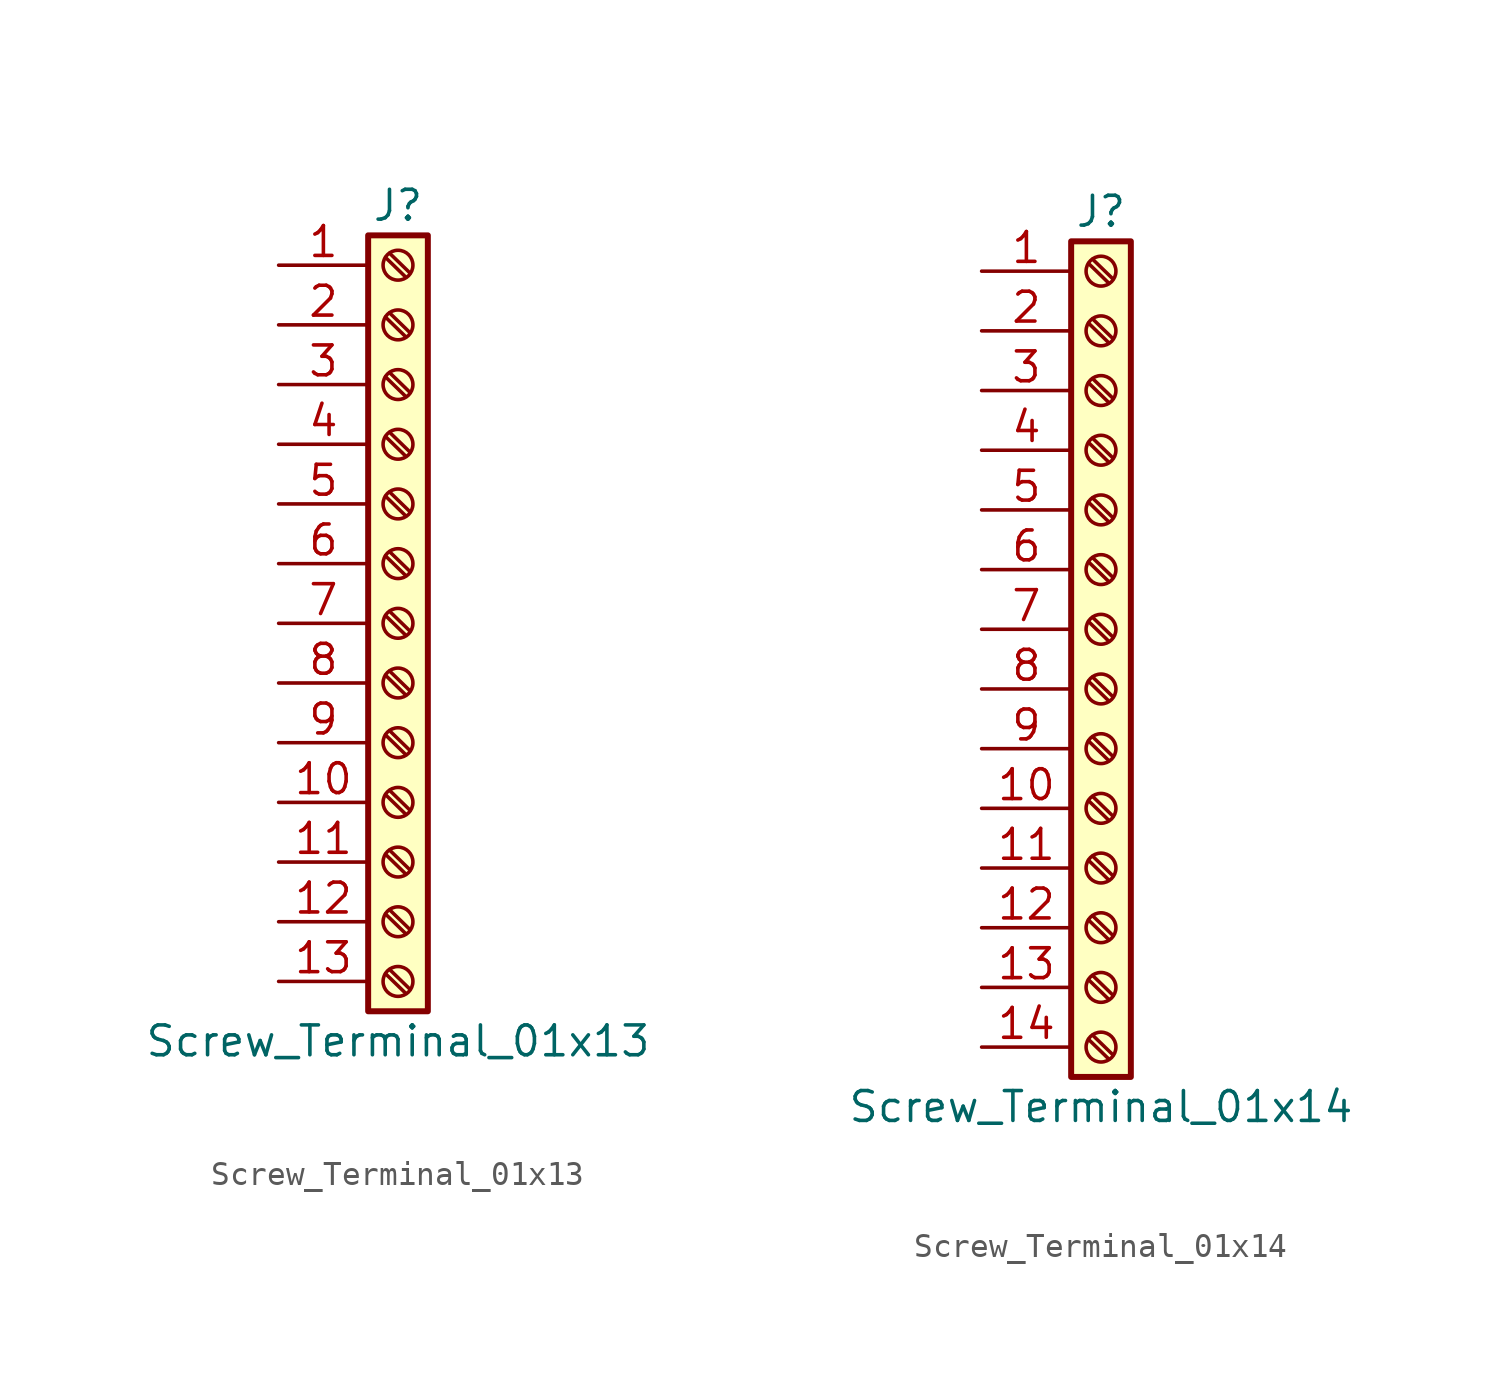
<source format=kicad_sym>
(kicad_symbol_lib
  (version 20220914)
  (generator kicad_symbol_editor)
  (symbol "Screw_Terminal_01x13"
    (pin_names
      (offset 1.016) hide)
    (property "Reference" "J"
      (at 0 17.78 0)
      (effects (font (size 1.27 1.27))))
    (property "Value" "Screw_Terminal_01x13"
      (at 0 -17.78 0)
      (effects (font (size 1.27 1.27))))
    (symbol "Screw_Terminal_01x13_1_1"
      (rectangle (start -1.27 16.51) (end 1.27 -16.51) (stroke (width 0.254) (type solid)) (fill (type background)))
      (circle (center 0 -15.24) (radius 0.635) (stroke (width 0.152) (type solid)) (fill (type none)))
      (circle (center 0 -12.7) (radius 0.635) (stroke (width 0.152) (type solid)) (fill (type none)))
      (circle (center 0 -10.16) (radius 0.635) (stroke (width 0.152) (type solid)) (fill (type none)))
      (circle (center 0 -7.62) (radius 0.635) (stroke (width 0.152) (type solid)) (fill (type none)))
      (circle (center 0 -5.08) (radius 0.635) (stroke (width 0.152) (type solid)) (fill (type none)))
      (circle (center 0 -2.54) (radius 0.635) (stroke (width 0.152) (type solid)) (fill (type none)))
      (polyline (pts (xy -0.533 -14.91) (xy 0.33 -15.748)) (stroke (width 0.152) (type solid)) (fill (type none)))
      (polyline (pts (xy -0.533 -12.37) (xy 0.33 -13.208)) (stroke (width 0.152) (type solid)) (fill (type none)))
      (polyline (pts (xy -0.533 -9.83) (xy 0.33 -10.668)) (stroke (width 0.152) (type solid)) (fill (type none)))
      (polyline (pts (xy -0.533 -7.29) (xy 0.33 -8.128)) (stroke (width 0.152) (type solid)) (fill (type none)))
      (polyline (pts (xy -0.533 -4.75) (xy 0.33 -5.588)) (stroke (width 0.152) (type solid)) (fill (type none)))
      (polyline (pts (xy -0.533 -2.21) (xy 0.33 -3.048)) (stroke (width 0.152) (type solid)) (fill (type none)))
      (polyline (pts (xy -0.533 0.33) (xy 0.33 -0.508)) (stroke (width 0.152) (type solid)) (fill (type none)))
      (polyline (pts (xy -0.533 2.87) (xy 0.33 2.032)) (stroke (width 0.152) (type solid)) (fill (type none)))
      (polyline (pts (xy -0.533 5.41) (xy 0.33 4.572)) (stroke (width 0.152) (type solid)) (fill (type none)))
      (polyline (pts (xy -0.533 7.95) (xy 0.33 7.112)) (stroke (width 0.152) (type solid)) (fill (type none)))
      (polyline (pts (xy -0.533 10.49) (xy 0.33 9.652)) (stroke (width 0.152) (type solid)) (fill (type none)))
      (polyline (pts (xy -0.533 13.03) (xy 0.33 12.192)) (stroke (width 0.152) (type solid)) (fill (type none)))
      (polyline (pts (xy -0.533 15.57) (xy 0.33 14.732)) (stroke (width 0.152) (type solid)) (fill (type none)))
      (polyline (pts (xy -0.356 -14.732) (xy 0.508 -15.57)) (stroke (width 0.152) (type solid)) (fill (type none)))
      (polyline (pts (xy -0.356 -12.192) (xy 0.508 -13.03)) (stroke (width 0.152) (type solid)) (fill (type none)))
      (polyline (pts (xy -0.356 -9.652) (xy 0.508 -10.49)) (stroke (width 0.152) (type solid)) (fill (type none)))
      (polyline (pts (xy -0.356 -7.112) (xy 0.508 -7.95)) (stroke (width 0.152) (type solid)) (fill (type none)))
      (polyline (pts (xy -0.356 -4.572) (xy 0.508 -5.41)) (stroke (width 0.152) (type solid)) (fill (type none)))
      (polyline (pts (xy -0.356 -2.032) (xy 0.508 -2.87)) (stroke (width 0.152) (type solid)) (fill (type none)))
      (polyline (pts (xy -0.356 0.508) (xy 0.508 -0.33)) (stroke (width 0.152) (type solid)) (fill (type none)))
      (polyline (pts (xy -0.356 3.048) (xy 0.508 2.21)) (stroke (width 0.152) (type solid)) (fill (type none)))
      (polyline (pts (xy -0.356 5.588) (xy 0.508 4.75)) (stroke (width 0.152) (type solid)) (fill (type none)))
      (polyline (pts (xy -0.356 8.128) (xy 0.508 7.29)) (stroke (width 0.152) (type solid)) (fill (type none)))
      (polyline (pts (xy -0.356 10.668) (xy 0.508 9.83)) (stroke (width 0.152) (type solid)) (fill (type none)))
      (polyline (pts (xy -0.356 13.208) (xy 0.508 12.37)) (stroke (width 0.152) (type solid)) (fill (type none)))
      (polyline (pts (xy -0.356 15.748) (xy 0.508 14.91)) (stroke (width 0.152) (type solid)) (fill (type none)))
      (circle (center 0 0) (radius 0.635) (stroke (width 0.152) (type solid)) (fill (type none)))
      (circle (center 0 2.54) (radius 0.635) (stroke (width 0.152) (type solid)) (fill (type none)))
      (circle (center 0 5.08) (radius 0.635) (stroke (width 0.152) (type solid)) (fill (type none)))
      (circle (center 0 7.62) (radius 0.635) (stroke (width 0.152) (type solid)) (fill (type none)))
      (circle (center 0 10.16) (radius 0.635) (stroke (width 0.152) (type solid)) (fill (type none)))
      (circle (center 0 12.7) (radius 0.635) (stroke (width 0.152) (type solid)) (fill (type none)))
      (circle (center 0 15.24) (radius 0.635) (stroke (width 0.152) (type solid)) (fill (type none)))
      (pin passive line (at -5.08 15.24 0) (length 3.81) (name "Pin_1" (effects (font (size 1.27 1.27)))) (number "1" (effects (font (size 1.27 1.27)))))
      (pin passive line (at -5.08 -7.62 0) (length 3.81) (name "Pin_10" (effects (font (size 1.27 1.27)))) (number "10" (effects (font (size 1.27 1.27)))))
      (pin passive line (at -5.08 -10.16 0) (length 3.81) (name "Pin_11" (effects (font (size 1.27 1.27)))) (number "11" (effects (font (size 1.27 1.27)))))
      (pin passive line (at -5.08 -12.7 0) (length 3.81) (name "Pin_12" (effects (font (size 1.27 1.27)))) (number "12" (effects (font (size 1.27 1.27)))))
      (pin passive line (at -5.08 -15.24 0) (length 3.81) (name "Pin_13" (effects (font (size 1.27 1.27)))) (number "13" (effects (font (size 1.27 1.27)))))
      (pin passive line (at -5.08 12.7 0) (length 3.81) (name "Pin_2" (effects (font (size 1.27 1.27)))) (number "2" (effects (font (size 1.27 1.27)))))
      (pin passive line (at -5.08 10.16 0) (length 3.81) (name "Pin_3" (effects (font (size 1.27 1.27)))) (number "3" (effects (font (size 1.27 1.27)))))
      (pin passive line (at -5.08 7.62 0) (length 3.81) (name "Pin_4" (effects (font (size 1.27 1.27)))) (number "4" (effects (font (size 1.27 1.27)))))
      (pin passive line (at -5.08 5.08 0) (length 3.81) (name "Pin_5" (effects (font (size 1.27 1.27)))) (number "5" (effects (font (size 1.27 1.27)))))
      (pin passive line (at -5.08 2.54 0) (length 3.81) (name "Pin_6" (effects (font (size 1.27 1.27)))) (number "6" (effects (font (size 1.27 1.27)))))
      (pin passive line (at -5.08 0 0) (length 3.81) (name "Pin_7" (effects (font (size 1.27 1.27)))) (number "7" (effects (font (size 1.27 1.27)))))
      (pin passive line (at -5.08 -2.54 0) (length 3.81) (name "Pin_8" (effects (font (size 1.27 1.27)))) (number "8" (effects (font (size 1.27 1.27)))))
      (pin passive line (at -5.08 -5.08 0) (length 3.81) (name "Pin_9" (effects (font (size 1.27 1.27)))) (number "9" (effects (font (size 1.27 1.27)))))))
  (symbol "Screw_Terminal_01x14"
    (pin_names
      (offset 1.016) hide)
    (property "Reference" "J"
      (at 0 17.78 0)
      (effects (font (size 1.27 1.27))))
    (property "Value" "Screw_Terminal_01x14"
      (at 0 -20.32 0)
      (effects (font (size 1.27 1.27))))
    (symbol "Screw_Terminal_01x14_1_1"
      (rectangle (start -1.27 16.51) (end 1.27 -19.05) (stroke (width 0.254) (type solid)) (fill (type background)))
      (circle (center 0 -17.78) (radius 0.635) (stroke (width 0.152) (type solid)) (fill (type none)))
      (circle (center 0 -15.24) (radius 0.635) (stroke (width 0.152) (type solid)) (fill (type none)))
      (circle (center 0 -12.7) (radius 0.635) (stroke (width 0.152) (type solid)) (fill (type none)))
      (circle (center 0 -10.16) (radius 0.635) (stroke (width 0.152) (type solid)) (fill (type none)))
      (circle (center 0 -7.62) (radius 0.635) (stroke (width 0.152) (type solid)) (fill (type none)))
      (circle (center 0 -5.08) (radius 0.635) (stroke (width 0.152) (type solid)) (fill (type none)))
      (circle (center 0 -2.54) (radius 0.635) (stroke (width 0.152) (type solid)) (fill (type none)))
      (polyline (pts (xy -0.533 -17.45) (xy 0.33 -18.288)) (stroke (width 0.152) (type solid)) (fill (type none)))
      (polyline (pts (xy -0.533 -14.91) (xy 0.33 -15.748)) (stroke (width 0.152) (type solid)) (fill (type none)))
      (polyline (pts (xy -0.533 -12.37) (xy 0.33 -13.208)) (stroke (width 0.152) (type solid)) (fill (type none)))
      (polyline (pts (xy -0.533 -9.83) (xy 0.33 -10.668)) (stroke (width 0.152) (type solid)) (fill (type none)))
      (polyline (pts (xy -0.533 -7.29) (xy 0.33 -8.128)) (stroke (width 0.152) (type solid)) (fill (type none)))
      (polyline (pts (xy -0.533 -4.75) (xy 0.33 -5.588)) (stroke (width 0.152) (type solid)) (fill (type none)))
      (polyline (pts (xy -0.533 -2.21) (xy 0.33 -3.048)) (stroke (width 0.152) (type solid)) (fill (type none)))
      (polyline (pts (xy -0.533 0.33) (xy 0.33 -0.508)) (stroke (width 0.152) (type solid)) (fill (type none)))
      (polyline (pts (xy -0.533 2.87) (xy 0.33 2.032)) (stroke (width 0.152) (type solid)) (fill (type none)))
      (polyline (pts (xy -0.533 5.41) (xy 0.33 4.572)) (stroke (width 0.152) (type solid)) (fill (type none)))
      (polyline (pts (xy -0.533 7.95) (xy 0.33 7.112)) (stroke (width 0.152) (type solid)) (fill (type none)))
      (polyline (pts (xy -0.533 10.49) (xy 0.33 9.652)) (stroke (width 0.152) (type solid)) (fill (type none)))
      (polyline (pts (xy -0.533 13.03) (xy 0.33 12.192)) (stroke (width 0.152) (type solid)) (fill (type none)))
      (polyline (pts (xy -0.533 15.57) (xy 0.33 14.732)) (stroke (width 0.152) (type solid)) (fill (type none)))
      (polyline (pts (xy -0.356 -17.272) (xy 0.508 -18.11)) (stroke (width 0.152) (type solid)) (fill (type none)))
      (polyline (pts (xy -0.356 -14.732) (xy 0.508 -15.57)) (stroke (width 0.152) (type solid)) (fill (type none)))
      (polyline (pts (xy -0.356 -12.192) (xy 0.508 -13.03)) (stroke (width 0.152) (type solid)) (fill (type none)))
      (polyline (pts (xy -0.356 -9.652) (xy 0.508 -10.49)) (stroke (width 0.152) (type solid)) (fill (type none)))
      (polyline (pts (xy -0.356 -7.112) (xy 0.508 -7.95)) (stroke (width 0.152) (type solid)) (fill (type none)))
      (polyline (pts (xy -0.356 -4.572) (xy 0.508 -5.41)) (stroke (width 0.152) (type solid)) (fill (type none)))
      (polyline (pts (xy -0.356 -2.032) (xy 0.508 -2.87)) (stroke (width 0.152) (type solid)) (fill (type none)))
      (polyline (pts (xy -0.356 0.508) (xy 0.508 -0.33)) (stroke (width 0.152) (type solid)) (fill (type none)))
      (polyline (pts (xy -0.356 3.048) (xy 0.508 2.21)) (stroke (width 0.152) (type solid)) (fill (type none)))
      (polyline (pts (xy -0.356 5.588) (xy 0.508 4.75)) (stroke (width 0.152) (type solid)) (fill (type none)))
      (polyline (pts (xy -0.356 8.128) (xy 0.508 7.29)) (stroke (width 0.152) (type solid)) (fill (type none)))
      (polyline (pts (xy -0.356 10.668) (xy 0.508 9.83)) (stroke (width 0.152) (type solid)) (fill (type none)))
      (polyline (pts (xy -0.356 13.208) (xy 0.508 12.37)) (stroke (width 0.152) (type solid)) (fill (type none)))
      (polyline (pts (xy -0.356 15.748) (xy 0.508 14.91)) (stroke (width 0.152) (type solid)) (fill (type none)))
      (circle (center 0 0) (radius 0.635) (stroke (width 0.152) (type solid)) (fill (type none)))
      (circle (center 0 2.54) (radius 0.635) (stroke (width 0.152) (type solid)) (fill (type none)))
      (circle (center 0 5.08) (radius 0.635) (stroke (width 0.152) (type solid)) (fill (type none)))
      (circle (center 0 7.62) (radius 0.635) (stroke (width 0.152) (type solid)) (fill (type none)))
      (circle (center 0 10.16) (radius 0.635) (stroke (width 0.152) (type solid)) (fill (type none)))
      (circle (center 0 12.7) (radius 0.635) (stroke (width 0.152) (type solid)) (fill (type none)))
      (circle (center 0 15.24) (radius 0.635) (stroke (width 0.152) (type solid)) (fill (type none)))
      (pin passive line (at -5.08 15.24 0) (length 3.81) (name "Pin_1" (effects (font (size 1.27 1.27)))) (number "1" (effects (font (size 1.27 1.27)))))
      (pin passive line (at -5.08 -7.62 0) (length 3.81) (name "Pin_10" (effects (font (size 1.27 1.27)))) (number "10" (effects (font (size 1.27 1.27)))))
      (pin passive line (at -5.08 -10.16 0) (length 3.81) (name "Pin_11" (effects (font (size 1.27 1.27)))) (number "11" (effects (font (size 1.27 1.27)))))
      (pin passive line (at -5.08 -12.7 0) (length 3.81) (name "Pin_12" (effects (font (size 1.27 1.27)))) (number "12" (effects (font (size 1.27 1.27)))))
      (pin passive line (at -5.08 -15.24 0) (length 3.81) (name "Pin_13" (effects (font (size 1.27 1.27)))) (number "13" (effects (font (size 1.27 1.27)))))
      (pin passive line (at -5.08 -17.78 0) (length 3.81) (name "Pin_14" (effects (font (size 1.27 1.27)))) (number "14" (effects (font (size 1.27 1.27)))))
      (pin passive line (at -5.08 12.7 0) (length 3.81) (name "Pin_2" (effects (font (size 1.27 1.27)))) (number "2" (effects (font (size 1.27 1.27)))))
      (pin passive line (at -5.08 10.16 0) (length 3.81) (name "Pin_3" (effects (font (size 1.27 1.27)))) (number "3" (effects (font (size 1.27 1.27)))))
      (pin passive line (at -5.08 7.62 0) (length 3.81) (name "Pin_4" (effects (font (size 1.27 1.27)))) (number "4" (effects (font (size 1.27 1.27)))))
      (pin passive line (at -5.08 5.08 0) (length 3.81) (name "Pin_5" (effects (font (size 1.27 1.27)))) (number "5" (effects (font (size 1.27 1.27)))))
      (pin passive line (at -5.08 2.54 0) (length 3.81) (name "Pin_6" (effects (font (size 1.27 1.27)))) (number "6" (effects (font (size 1.27 1.27)))))
      (pin passive line (at -5.08 0 0) (length 3.81) (name "Pin_7" (effects (font (size 1.27 1.27)))) (number "7" (effects (font (size 1.27 1.27)))))
      (pin passive line (at -5.08 -2.54 0) (length 3.81) (name "Pin_8" (effects (font (size 1.27 1.27)))) (number "8" (effects (font (size 1.27 1.27)))))
      (pin passive line (at -5.08 -5.08 0) (length 3.81) (name "Pin_9" (effects (font (size 1.27 1.27)))) (number "9" (effects (font (size 1.27 1.27))))))))
</source>
